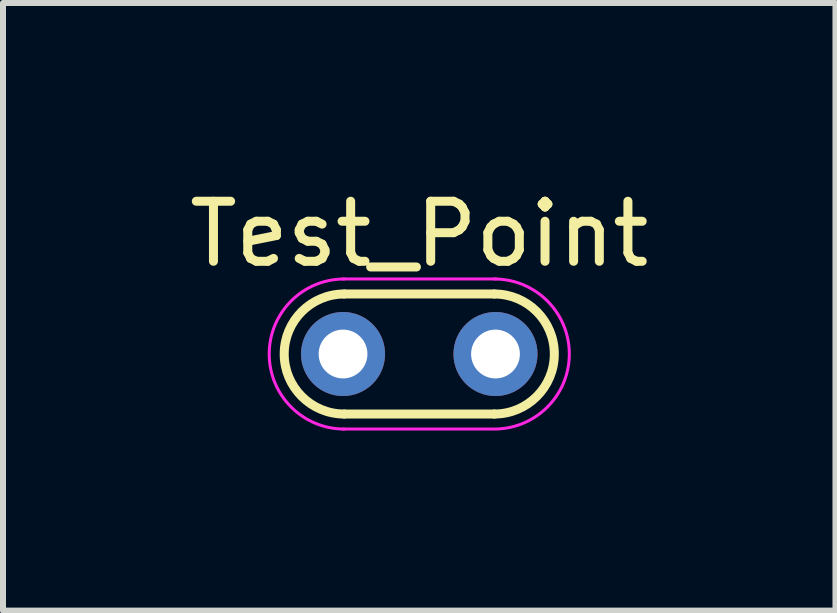
<source format=kicad_pcb>
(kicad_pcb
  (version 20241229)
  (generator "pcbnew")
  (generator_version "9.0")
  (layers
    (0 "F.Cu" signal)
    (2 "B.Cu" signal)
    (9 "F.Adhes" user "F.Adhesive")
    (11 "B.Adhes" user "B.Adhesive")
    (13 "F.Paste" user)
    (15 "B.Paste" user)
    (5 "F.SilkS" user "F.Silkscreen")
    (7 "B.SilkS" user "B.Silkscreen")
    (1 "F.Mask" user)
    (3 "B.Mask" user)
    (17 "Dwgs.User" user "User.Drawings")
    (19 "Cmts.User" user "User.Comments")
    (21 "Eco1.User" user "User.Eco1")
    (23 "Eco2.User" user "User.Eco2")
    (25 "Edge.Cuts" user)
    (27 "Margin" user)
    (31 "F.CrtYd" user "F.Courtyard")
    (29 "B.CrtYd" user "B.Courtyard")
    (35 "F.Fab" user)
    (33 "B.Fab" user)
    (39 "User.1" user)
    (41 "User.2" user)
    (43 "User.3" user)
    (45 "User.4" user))
  (footprint "Test_Point"
    (layer "F.Cu")
    (at 2.665 2.848)
    (property "Reference" "Test_Point" (at 1.27 -2 0) (layer "F.SilkS") (effects (font (size 1 1) (thickness 0.15))))
    (attr exclude_from_pos_files exclude_from_bom)
    (fp_line (start 2.52 -1) (end 0.02 -1) (stroke (width 0.15) (type solid)) (layer "F.SilkS"))
    (fp_line (start 2.52 1) (end 0.02 1) (stroke (width 0.15) (type solid)) (layer "F.SilkS"))
    (fp_arc (start 0.02 1) (mid -0.98 0) (end 0.02 -1) (stroke (width 0.15) (type solid)) (layer "F.SilkS"))
    (fp_arc (start 2.52 -1) (mid 3.52 0) (end 2.52 1) (stroke (width 0.15) (type solid)) (layer "F.SilkS"))
    (fp_line (start 0 -1.25) (end 2.55 -1.25) (stroke (width 0.05) (type solid)) (layer "F.CrtYd"))
    (fp_line (start 0 1.25) (end 2.5 1.25) (stroke (width 0.05) (type solid)) (layer "F.CrtYd"))
    (fp_arc (start 0.02 1.25) (mid -1.23 0) (end 0.02 -1.25) (stroke (width 0.05) (type solid)) (layer "F.CrtYd"))
    (fp_arc (start 2.52 -1.25) (mid 3.77 0) (end 2.52 1.25) (stroke (width 0.05) (type solid)) (layer "F.CrtYd"))
    (pad "1" thru_hole circle (at 0 0) (size 1.4 1.4) (drill 0.813) (layers "*.Cu" "*.Mask"))
    (pad "1" thru_hole circle (at 2.54 0) (size 1.4 1.4) (drill 0.813) (layers "*.Cu" "*.Mask")))
  (gr_rect
    (start -3 -3)
    (end 10.869 7.123)
    (stroke (width 0.1) (type default))
    (fill no)
    (layer "Edge.Cuts")))
</source>
